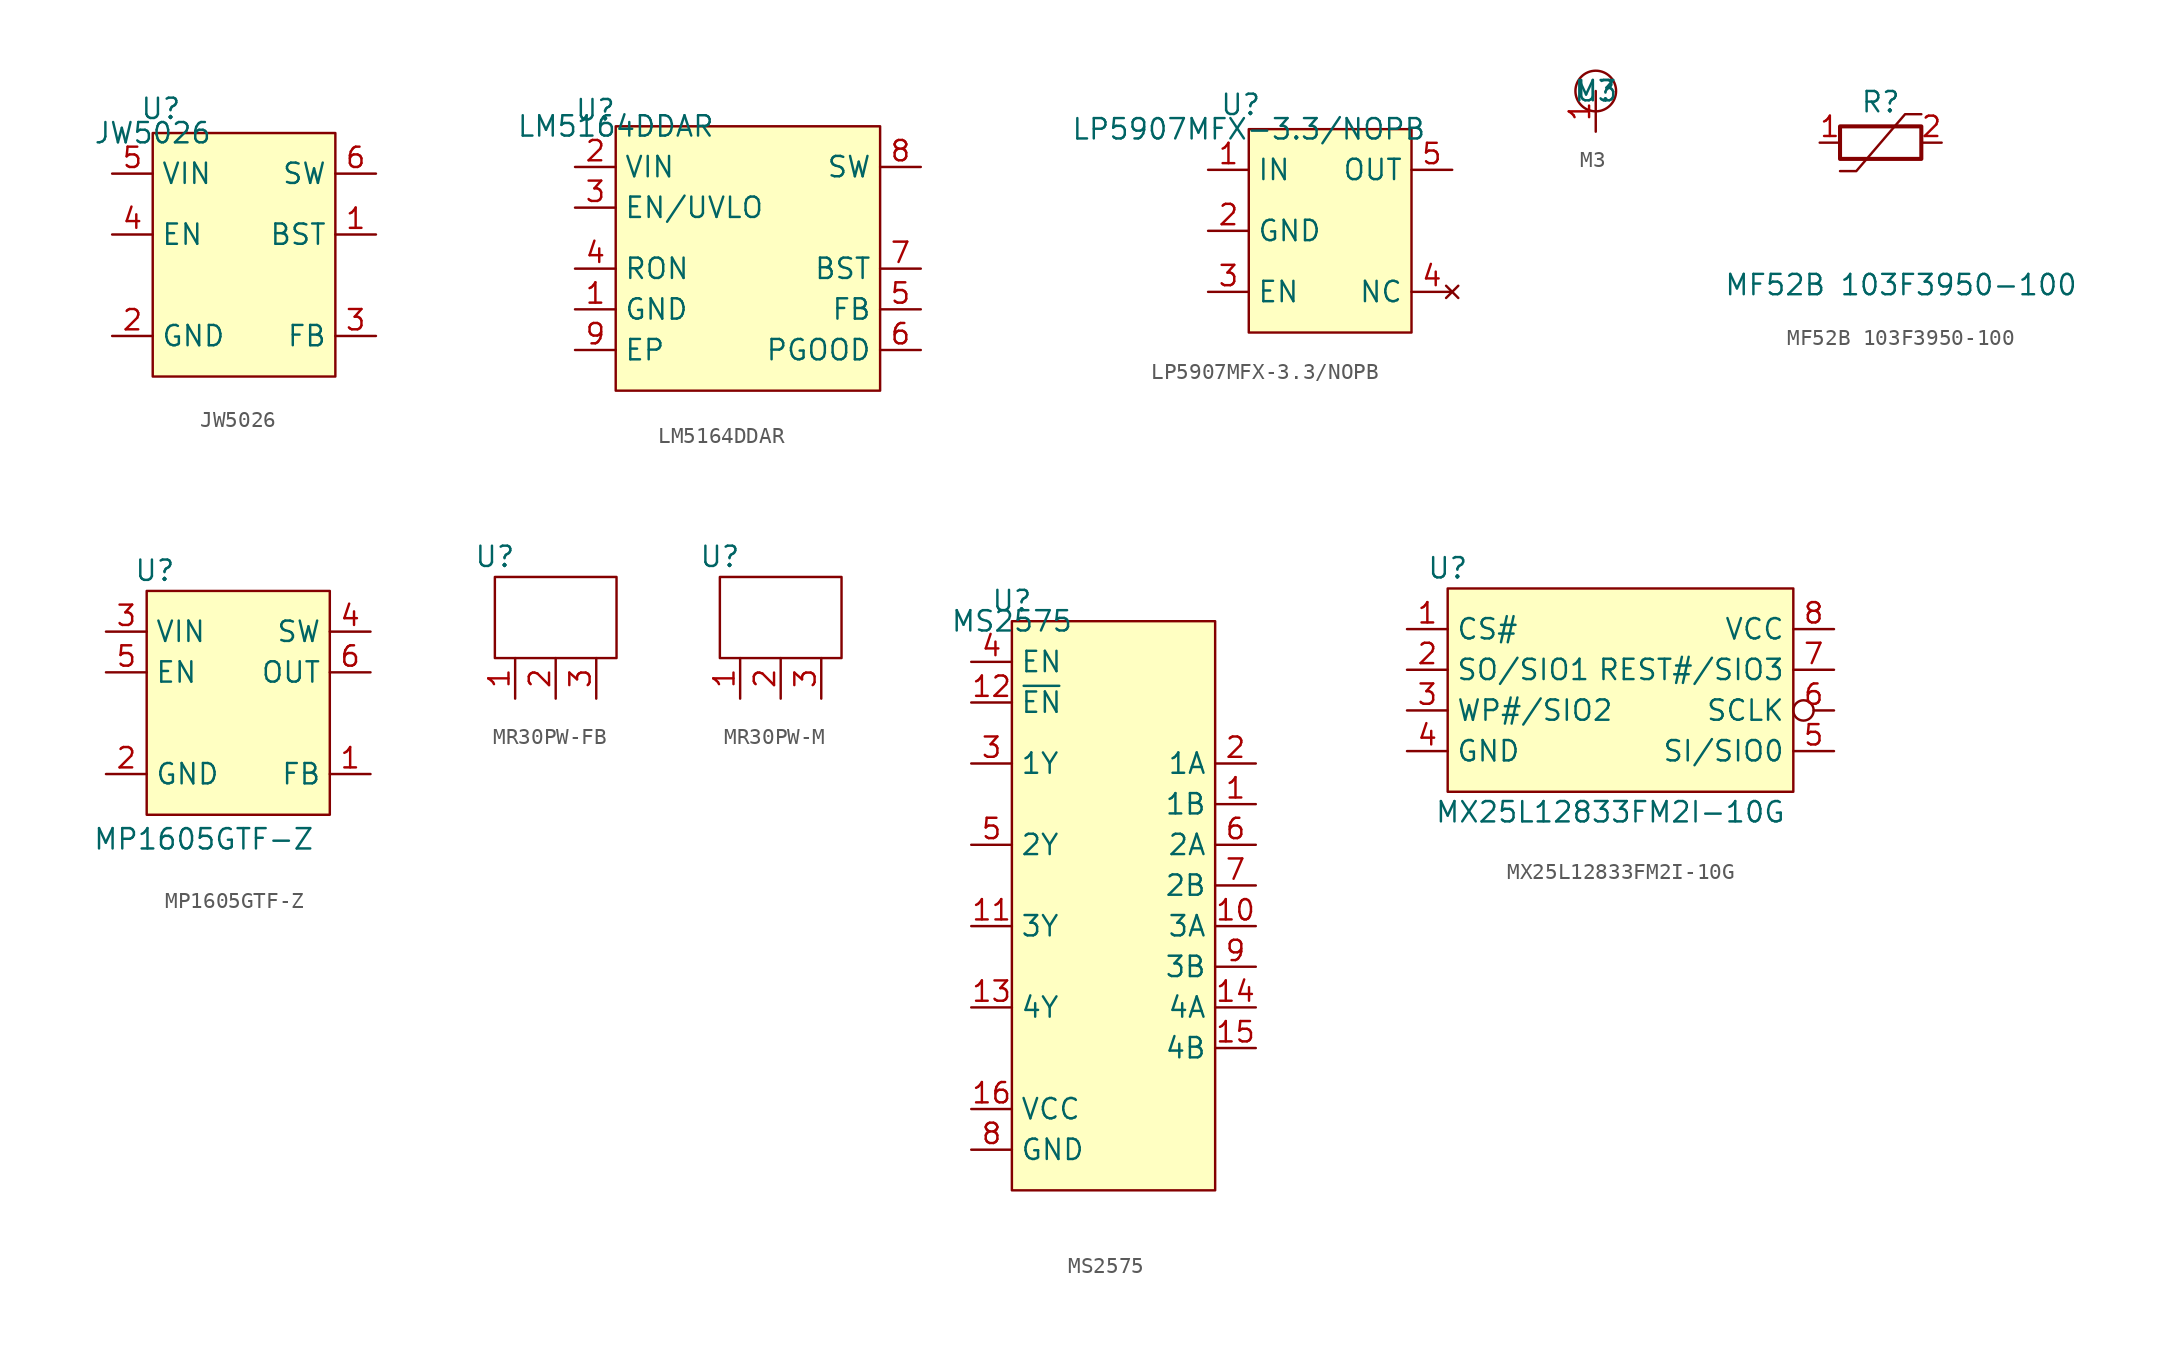
<source format=kicad_sym>
(kicad_symbol_lib
  (version 20241209)
  (generator "kicad_symbol_editor")
  (generator_version "9.0")
  (symbol "JW5026"
    (property "Reference" "U"
      (at 0.508 1.524 0)
      (effects (font (size 1.27 1.27))))
    (property "Value" "JW5026"
      (at 0 0 0)
      (effects (font (size 1.27 1.27))))
    (symbol "JW5026_0_0"
      (pin power_in line (at -2.54 -2.54 0) (length 2.54) (name "VIN" (effects (font (size 1.27 1.27)))) (number "5" (effects (font (size 1.27 1.27)))))
      (pin input line (at -2.54 -6.35 0) (length 2.54) (name "EN" (effects (font (size 1.27 1.27)))) (number "4" (effects (font (size 1.27 1.27)))))
      (pin power_in line (at -2.54 -12.7 0) (length 2.54) (name "GND" (effects (font (size 1.27 1.27)))) (number "2" (effects (font (size 1.27 1.27)))))
      (pin power_out line (at 13.97 -2.54 180) (length 2.54) (name "SW" (effects (font (size 1.27 1.27)))) (number "6" (effects (font (size 1.27 1.27)))))
      (pin unspecified line (at 13.97 -6.35 180) (length 2.54) (name "BST" (effects (font (size 1.27 1.27)))) (number "1" (effects (font (size 1.27 1.27)))))
      (pin input line (at 13.97 -12.7 180) (length 2.54) (name "FB" (effects (font (size 1.27 1.27)))) (number "3" (effects (font (size 1.27 1.27))))))
    (symbol "JW5026_1_1"
      (rectangle (start 0 0) (end 11.43 -15.24) (stroke (width 0) (type solid)) (fill (type background)))))
  (symbol "LM5164DDAR"
    (property "Reference" "U"
      (at -1.27 1.016 0)
      (effects (font (size 1.27 1.27))))
    (property "Value" "LM5164DDAR"
      (at 0 0 0)
      (effects (font (size 1.27 1.27))))
    (symbol "LM5164DDAR_0_0"
      (pin power_in line (at -2.54 -2.54 0) (length 2.54) (name "VIN" (effects (font (size 1.27 1.27)))) (number "2" (effects (font (size 1.27 1.27)))))
      (pin input line (at -2.54 -5.08 0) (length 2.54) (name "EN/UVLO" (effects (font (size 1.27 1.27)))) (number "3" (effects (font (size 1.27 1.27)))))
      (pin input line (at -2.54 -8.89 0) (length 2.54) (name "RON" (effects (font (size 1.27 1.27)))) (number "4" (effects (font (size 1.27 1.27)))))
      (pin power_in line (at -2.54 -11.43 0) (length 2.54) (name "GND" (effects (font (size 1.27 1.27)))) (number "1" (effects (font (size 1.27 1.27)))))
      (pin power_in line (at -2.54 -13.97 0) (length 2.54) (name "EP" (effects (font (size 1.27 1.27)))) (number "9" (effects (font (size 1.27 1.27)))))
      (pin unspecified line (at 19.05 -2.54 180) (length 2.54) (name "SW" (effects (font (size 1.27 1.27)))) (number "8" (effects (font (size 1.27 1.27)))))
      (pin power_out line (at 19.05 -8.89 180) (length 2.54) (name "BST" (effects (font (size 1.27 1.27)))) (number "7" (effects (font (size 1.27 1.27)))))
      (pin input line (at 19.05 -11.43 180) (length 2.54) (name "FB" (effects (font (size 1.27 1.27)))) (number "5" (effects (font (size 1.27 1.27)))))
      (pin open_collector line (at 19.05 -13.97 180) (length 2.54) (name "PGOOD" (effects (font (size 1.27 1.27)))) (number "6" (effects (font (size 1.27 1.27))))))
    (symbol "LM5164DDAR_1_1"
      (rectangle (start 0 0) (end 16.51 -16.51) (stroke (width 0) (type solid)) (fill (type background)))))
  (symbol "LP5907MFX-3.3/NOPB"
    (property "Reference" "U"
      (at -0.508 1.524 0)
      (effects (font (size 1.27 1.27))))
    (property "Value" "LP5907MFX-3.3/NOPB"
      (at 0 0 0)
      (effects (font (size 1.27 1.27))))
    (symbol "LP5907MFX-3.3/NOPB_0_0"
      (pin power_in line (at -2.54 -2.54 0) (length 2.54) (name "IN" (effects (font (size 1.27 1.27)))) (number "1" (effects (font (size 1.27 1.27)))))
      (pin power_in line (at -2.54 -6.35 0) (length 2.54) (name "GND" (effects (font (size 1.27 1.27)))) (number "2" (effects (font (size 1.27 1.27)))))
      (pin input line (at -2.54 -10.16 0) (length 2.54) (name "EN" (effects (font (size 1.27 1.27)))) (number "3" (effects (font (size 1.27 1.27)))))
      (pin power_out line (at 12.7 -2.54 180) (length 2.54) (name "OUT" (effects (font (size 1.27 1.27)))) (number "5" (effects (font (size 1.27 1.27)))))
      (pin no_connect line (at 12.7 -10.16 180) (length 2.54) (name "NC" (effects (font (size 1.27 1.27)))) (number "4" (effects (font (size 1.27 1.27))))))
    (symbol "LP5907MFX-3.3/NOPB_1_1"
      (rectangle (start 0 0) (end 10.16 -12.7) (stroke (width 0) (type solid)) (fill (type background)))))
  (symbol "M3"
    (property "Reference" "U"
      (at 0 0 0)
      (effects (font (size 1.27 1.27))))
    (property "Value" "M3"
      (at 0 0 0)
      (effects (font (size 1.27 1.27))))
    (symbol "M3_0_1"
      (circle (center 0 0) (radius 1.27) (stroke (width 0) (type default)) (fill (type none))))
    (symbol "M3_1_0"
      (pin unspecified line (at 0 -2.54 90) (length 2.54) (name "~" (effects (font (size 1.27 1.27)))) (number "1" (effects (font (size 1.27 1.27)))))))
  (symbol "MF52B 103F3950-100"
    (property "Reference" "R"
      (at 0 2.54 0)
      (effects (font (size 1.27 1.27))))
    (property "Value" "MF52B 103F3950-100"
      (at 1.27 -8.89 0)
      (effects (font (size 1.27 1.27))))
    (symbol "MF52B 103F3950-100_0_1"
      (rectangle (start -2.54 -1.016) (end 2.54 1.016) (stroke (width 0.254) (type default)) (fill (type none)))
      (polyline (pts (xy -2.54 -1.778) (xy -1.524 -1.778) (xy 1.524 1.778) (xy 2.54 1.778)) (stroke (width 0) (type default)) (fill (type none))))
    (symbol "MF52B 103F3950-100_1_1"
      (pin passive line (at -3.81 0 0) (length 1.27) (name "~" (effects (font (size 1.27 1.27)))) (number "1" (effects (font (size 1.27 1.27)))))
      (pin passive line (at 3.81 0 180) (length 1.27) (name "~" (effects (font (size 1.27 1.27)))) (number "2" (effects (font (size 1.27 1.27)))))))
  (symbol "MP1605GTF-Z"
    (property "Reference" "U"
      (at 0.508 1.27 0)
      (effects (font (size 1.27 1.27))))
    (property "Value" "MP1605GTF-Z"
      (at 3.556 -15.494 0)
      (effects (font (size 1.27 1.27))))
    (symbol "MP1605GTF-Z_0_1"
      (rectangle (start 0 0) (end 11.43 -13.97) (stroke (width 0) (type default)) (fill (type background))))
    (symbol "MP1605GTF-Z_1_1"
      (pin power_in line (at -2.54 -2.54 0) (length 2.54) (name "VIN" (effects (font (size 1.27 1.27)))) (number "3" (effects (font (size 1.27 1.27)))))
      (pin input line (at -2.54 -5.08 0) (length 2.54) (name "EN" (effects (font (size 1.27 1.27)))) (number "5" (effects (font (size 1.27 1.27)))))
      (pin power_in line (at -2.54 -11.43 0) (length 2.54) (name "GND" (effects (font (size 1.27 1.27)))) (number "2" (effects (font (size 1.27 1.27)))))
      (pin unspecified line (at 13.97 -2.54 180) (length 2.54) (name "SW" (effects (font (size 1.27 1.27)))) (number "4" (effects (font (size 1.27 1.27)))))
      (pin power_out line (at 13.97 -5.08 180) (length 2.54) (name "OUT" (effects (font (size 1.27 1.27)))) (number "6" (effects (font (size 1.27 1.27)))))
      (pin input line (at 13.97 -11.43 180) (length 2.54) (name "FB" (effects (font (size 1.27 1.27)))) (number "1" (effects (font (size 1.27 1.27)))))))
  (symbol "MR30PW-FB"
    (property "Reference" "U"
      (at 0 1.27 0)
      (effects (font (size 1.27 1.27))))
    (property "Value" ""
      (at 0 0 0)
      (effects (font (size 1.27 1.27))))
    (symbol "MR30PW-FB_0_0"
      (text "" (at 5.08 -6.35 0) (effects (font (size 1.27 1.27)))))
    (symbol "MR30PW-FB_0_1"
      (rectangle (start 0 0) (end 7.62 -5.08) (stroke (width 0) (type default)) (fill (type none))))
    (symbol "MR30PW-FB_1_0"
      (pin power_out line (at 1.27 -7.62 90) (length 2.54) (name "~" (effects (font (size 1.27 1.27)))) (number "1" (effects (font (size 1.27 1.27)))))
      (pin power_out line (at 3.81 -7.62 90) (length 2.54) (name "~" (effects (font (size 1.27 1.27)))) (number "2" (effects (font (size 1.27 1.27)))))
      (pin power_out line (at 6.35 -7.62 90) (length 2.54) (name "~" (effects (font (size 1.27 1.27)))) (number "3" (effects (font (size 1.27 1.27)))))))
  (symbol "MR30PW-M"
    (property "Reference" "U"
      (at 0 1.27 0)
      (effects (font (size 1.27 1.27))))
    (property "Value" ""
      (at 0 0 0)
      (effects (font (size 1.27 1.27))))
    (symbol "MR30PW-M_0_0"
      (text "" (at 5.08 -6.35 0) (effects (font (size 1.27 1.27)))))
    (symbol "MR30PW-M_0_1"
      (rectangle (start 0 0) (end 7.62 -5.08) (stroke (width 0) (type default)) (fill (type none))))
    (symbol "MR30PW-M_1_0"
      (pin power_out line (at 1.27 -7.62 90) (length 2.54) (name "~" (effects (font (size 1.27 1.27)))) (number "1" (effects (font (size 1.27 1.27)))))
      (pin power_out line (at 3.81 -7.62 90) (length 2.54) (name "~" (effects (font (size 1.27 1.27)))) (number "2" (effects (font (size 1.27 1.27)))))
      (pin power_out line (at 6.35 -7.62 90) (length 2.54) (name "~" (effects (font (size 1.27 1.27)))) (number "3" (effects (font (size 1.27 1.27)))))))
  (symbol "MS2575"
    (property "Reference" "U"
      (at 0 1.27 0)
      (effects (font (size 1.27 1.27))))
    (property "Value" "MS2575"
      (at 0 0 0)
      (effects (font (size 1.27 1.27))))
    (symbol "MS2575_0_0"
      (pin input line (at -2.54 -2.54 0) (length 2.54) (name "EN" (effects (font (size 1.27 1.27)))) (number "4" (effects (font (size 1.27 1.27)))))
      (pin tri_state line (at -2.54 -8.89 0) (length 2.54) (name "1Y" (effects (font (size 1.27 1.27)))) (number "3" (effects (font (size 1.27 1.27)))))
      (pin tri_state line (at -2.54 -13.97 0) (length 2.54) (name "2Y" (effects (font (size 1.27 1.27)))) (number "5" (effects (font (size 1.27 1.27)))))
      (pin tri_state line (at -2.54 -19.05 0) (length 2.54) (name "3Y" (effects (font (size 1.27 1.27)))) (number "11" (effects (font (size 1.27 1.27)))))
      (pin tri_state line (at -2.54 -24.13 0) (length 2.54) (name "4Y" (effects (font (size 1.27 1.27)))) (number "13" (effects (font (size 1.27 1.27)))))
      (pin power_in line (at -2.54 -30.48 0) (length 2.54) (name "VCC" (effects (font (size 1.27 1.27)))) (number "16" (effects (font (size 1.27 1.27)))))
      (pin power_in line (at -2.54 -33.02 0) (length 2.54) (name "GND" (effects (font (size 1.27 1.27)))) (number "8" (effects (font (size 1.27 1.27)))))
      (pin input line (at 15.24 -8.89 180) (length 2.54) (name "1A" (effects (font (size 1.27 1.27)))) (number "2" (effects (font (size 1.27 1.27)))))
      (pin input line (at 15.24 -11.43 180) (length 2.54) (name "1B" (effects (font (size 1.27 1.27)))) (number "1" (effects (font (size 1.27 1.27)))))
      (pin input line (at 15.24 -13.97 180) (length 2.54) (name "2A" (effects (font (size 1.27 1.27)))) (number "6" (effects (font (size 1.27 1.27)))))
      (pin input line (at 15.24 -16.51 180) (length 2.54) (name "2B" (effects (font (size 1.27 1.27)))) (number "7" (effects (font (size 1.27 1.27)))))
      (pin input line (at 15.24 -19.05 180) (length 2.54) (name "3A" (effects (font (size 1.27 1.27)))) (number "10" (effects (font (size 1.27 1.27)))))
      (pin input line (at 15.24 -21.59 180) (length 2.54) (name "3B" (effects (font (size 1.27 1.27)))) (number "9" (effects (font (size 1.27 1.27)))))
      (pin input line (at 15.24 -24.13 180) (length 2.54) (name "4A" (effects (font (size 1.27 1.27)))) (number "14" (effects (font (size 1.27 1.27)))))
      (pin input line (at 15.24 -26.67 180) (length 2.54) (name "4B" (effects (font (size 1.27 1.27)))) (number "15" (effects (font (size 1.27 1.27))))))
    (symbol "MS2575_1_0"
      (pin input line (at -2.54 -5.08 0) (length 2.54) (name "~{EN}" (effects (font (size 1.27 1.27)))) (number "12" (effects (font (size 1.27 1.27))))))
    (symbol "MS2575_1_1"
      (rectangle (start 0 0) (end 12.7 -35.56) (stroke (width 0) (type solid)) (fill (type background)))))
  (symbol "MX25L12833FM2I-10G"
    (property "Reference" "U"
      (at 0 1.27 0)
      (effects (font (size 1.27 1.27))))
    (property "Value" "MX25L12833FM2I-10G"
      (at 10.16 -13.97 0)
      (effects (font (size 1.27 1.27))))
    (symbol "MX25L12833FM2I-10G_0_0"
      (pin input line (at -2.54 -2.54 0) (length 2.54) (name "CS#" (effects (font (size 1.27 1.27)))) (number "1" (effects (font (size 1.27 1.27)))))
      (pin bidirectional line (at -2.54 -5.08 0) (length 2.54) (name "SO/SIO1" (effects (font (size 1.27 1.27)))) (number "2" (effects (font (size 1.27 1.27)))))
      (pin bidirectional line (at -2.54 -7.62 0) (length 2.54) (name "WP#/SIO2" (effects (font (size 1.27 1.27)))) (number "3" (effects (font (size 1.27 1.27)))))
      (pin power_in line (at -2.54 -10.16 0) (length 2.54) (name "GND" (effects (font (size 1.27 1.27)))) (number "4" (effects (font (size 1.27 1.27)))))
      (pin power_in line (at 24.13 -2.54 180) (length 2.54) (name "VCC" (effects (font (size 1.27 1.27)))) (number "8" (effects (font (size 1.27 1.27)))))
      (pin bidirectional line (at 24.13 -5.08 180) (length 2.54) (name "REST#/SIO3" (effects (font (size 1.27 1.27)))) (number "7" (effects (font (size 1.27 1.27)))))
      (pin input inverted (at 24.13 -7.62 180) (length 2.54) (name "SCLK" (effects (font (size 1.27 1.27)))) (number "6" (effects (font (size 1.27 1.27)))))
      (pin bidirectional line (at 24.13 -10.16 180) (length 2.54) (name "SI/SIO0" (effects (font (size 1.27 1.27)))) (number "5" (effects (font (size 1.27 1.27))))))
    (symbol "MX25L12833FM2I-10G_1_1"
      (rectangle (start 0 0) (end 21.59 -12.7) (stroke (width 0) (type default)) (fill (type background))))))
</source>
